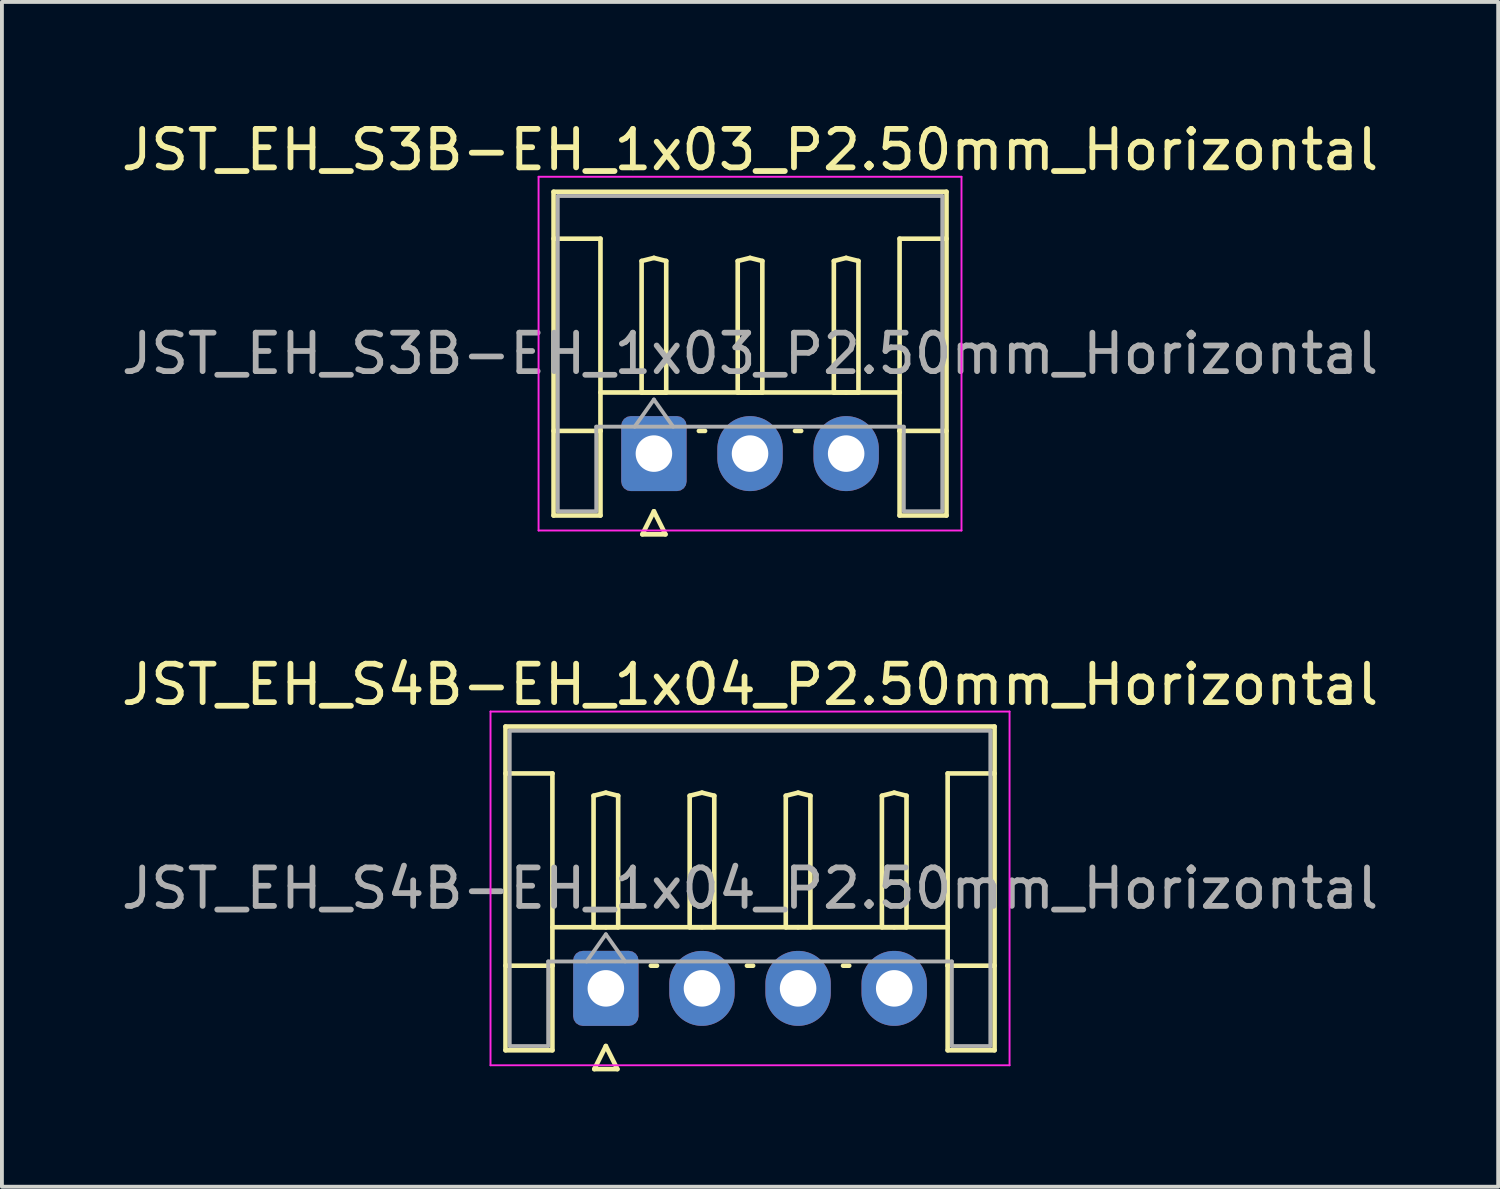
<source format=kicad_pcb>
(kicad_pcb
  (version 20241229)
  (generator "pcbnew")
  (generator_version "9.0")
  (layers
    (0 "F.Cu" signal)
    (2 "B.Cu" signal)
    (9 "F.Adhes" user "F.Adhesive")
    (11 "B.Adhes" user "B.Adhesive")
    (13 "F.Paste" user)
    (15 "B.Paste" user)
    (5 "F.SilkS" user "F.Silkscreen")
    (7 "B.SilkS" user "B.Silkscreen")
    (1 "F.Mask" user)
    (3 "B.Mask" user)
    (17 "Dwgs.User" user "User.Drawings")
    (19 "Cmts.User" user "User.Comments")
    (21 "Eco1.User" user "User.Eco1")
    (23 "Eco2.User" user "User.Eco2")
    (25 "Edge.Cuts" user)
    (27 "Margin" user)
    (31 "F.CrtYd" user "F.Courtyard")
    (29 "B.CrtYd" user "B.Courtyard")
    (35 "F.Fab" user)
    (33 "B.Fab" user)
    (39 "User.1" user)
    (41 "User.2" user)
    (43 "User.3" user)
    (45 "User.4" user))
  (footprint "JST_EH_S4B-EH_1x04_P2.50mm_Horizontal"
    (layer "F.Cu")
    (at 12.708 22.657)
    (property "Reference" "JST_EH_S4B-EH_1x04_P2.50mm_Horizontal" (at 3.75 -7.9 0) (layer "F.SilkS") (effects (font (size 1 1) (thickness 0.15))))
    (attr through_hole)
    (fp_line (start -2.61 -6.81) (end 10.11 -6.81) (stroke (width 0.12) (type solid)) (layer "F.SilkS"))
    (fp_line (start -2.61 -5.59) (end -1.39 -5.59) (stroke (width 0.12) (type solid)) (layer "F.SilkS"))
    (fp_line (start -2.61 1.61) (end -2.61 -6.81) (stroke (width 0.12) (type solid)) (layer "F.SilkS"))
    (fp_line (start -1.39 -5.59) (end -1.39 -0.59) (stroke (width 0.12) (type solid)) (layer "F.SilkS"))
    (fp_line (start -1.39 -1.59) (end 8.89 -1.59) (stroke (width 0.12) (type solid)) (layer "F.SilkS"))
    (fp_line (start -1.39 -0.59) (end -2.61 -0.59) (stroke (width 0.12) (type solid)) (layer "F.SilkS"))
    (fp_line (start -1.39 -0.59) (end -1.39 1.61) (stroke (width 0.12) (type solid)) (layer "F.SilkS"))
    (fp_line (start -1.39 1.61) (end -2.61 1.61) (stroke (width 0.12) (type solid)) (layer "F.SilkS"))
    (fp_line (start -0.32 -5.01) (end 0 -5.09) (stroke (width 0.12) (type solid)) (layer "F.SilkS"))
    (fp_line (start -0.32 -1.59) (end -0.32 -5.01) (stroke (width 0.12) (type solid)) (layer "F.SilkS"))
    (fp_line (start -0.3 2.1) (end 0.3 2.1) (stroke (width 0.12) (type solid)) (layer "F.SilkS"))
    (fp_line (start 0 -5.09) (end 0.32 -5.01) (stroke (width 0.12) (type solid)) (layer "F.SilkS"))
    (fp_line (start 0 -1.59) (end -0.32 -1.59) (stroke (width 0.12) (type solid)) (layer "F.SilkS"))
    (fp_line (start 0 1.5) (end -0.3 2.1) (stroke (width 0.12) (type solid)) (layer "F.SilkS"))
    (fp_line (start 0.3 2.1) (end 0 1.5) (stroke (width 0.12) (type solid)) (layer "F.SilkS"))
    (fp_line (start 0.32 -5.01) (end 0.32 -1.59) (stroke (width 0.12) (type solid)) (layer "F.SilkS"))
    (fp_line (start 0.32 -1.59) (end 0 -1.59) (stroke (width 0.12) (type solid)) (layer "F.SilkS"))
    (fp_line (start 1.17 -0.59) (end 1.33 -0.59) (stroke (width 0.12) (type solid)) (layer "F.SilkS"))
    (fp_line (start 2.18 -5.01) (end 2.5 -5.09) (stroke (width 0.12) (type solid)) (layer "F.SilkS"))
    (fp_line (start 2.18 -1.59) (end 2.18 -5.01) (stroke (width 0.12) (type solid)) (layer "F.SilkS"))
    (fp_line (start 2.5 -5.09) (end 2.82 -5.01) (stroke (width 0.12) (type solid)) (layer "F.SilkS"))
    (fp_line (start 2.5 -1.59) (end 2.18 -1.59) (stroke (width 0.12) (type solid)) (layer "F.SilkS"))
    (fp_line (start 2.82 -5.01) (end 2.82 -1.59) (stroke (width 0.12) (type solid)) (layer "F.SilkS"))
    (fp_line (start 2.82 -1.59) (end 2.5 -1.59) (stroke (width 0.12) (type solid)) (layer "F.SilkS"))
    (fp_line (start 3.67 -0.59) (end 3.83 -0.59) (stroke (width 0.12) (type solid)) (layer "F.SilkS"))
    (fp_line (start 4.68 -5.01) (end 5 -5.09) (stroke (width 0.12) (type solid)) (layer "F.SilkS"))
    (fp_line (start 4.68 -1.59) (end 4.68 -5.01) (stroke (width 0.12) (type solid)) (layer "F.SilkS"))
    (fp_line (start 5 -5.09) (end 5.32 -5.01) (stroke (width 0.12) (type solid)) (layer "F.SilkS"))
    (fp_line (start 5 -1.59) (end 4.68 -1.59) (stroke (width 0.12) (type solid)) (layer "F.SilkS"))
    (fp_line (start 5.32 -5.01) (end 5.32 -1.59) (stroke (width 0.12) (type solid)) (layer "F.SilkS"))
    (fp_line (start 5.32 -1.59) (end 5 -1.59) (stroke (width 0.12) (type solid)) (layer "F.SilkS"))
    (fp_line (start 6.17 -0.59) (end 6.33 -0.59) (stroke (width 0.12) (type solid)) (layer "F.SilkS"))
    (fp_line (start 7.18 -5.01) (end 7.5 -5.09) (stroke (width 0.12) (type solid)) (layer "F.SilkS"))
    (fp_line (start 7.18 -1.59) (end 7.18 -5.01) (stroke (width 0.12) (type solid)) (layer "F.SilkS"))
    (fp_line (start 7.5 -5.09) (end 7.82 -5.01) (stroke (width 0.12) (type solid)) (layer "F.SilkS"))
    (fp_line (start 7.5 -1.59) (end 7.18 -1.59) (stroke (width 0.12) (type solid)) (layer "F.SilkS"))
    (fp_line (start 7.82 -5.01) (end 7.82 -1.59) (stroke (width 0.12) (type solid)) (layer "F.SilkS"))
    (fp_line (start 7.82 -1.59) (end 7.5 -1.59) (stroke (width 0.12) (type solid)) (layer "F.SilkS"))
    (fp_line (start 8.89 -5.59) (end 8.89 -0.59) (stroke (width 0.12) (type solid)) (layer "F.SilkS"))
    (fp_line (start 8.89 -0.59) (end 10.11 -0.59) (stroke (width 0.12) (type solid)) (layer "F.SilkS"))
    (fp_line (start 8.89 1.61) (end 8.89 -0.59) (stroke (width 0.12) (type solid)) (layer "F.SilkS"))
    (fp_line (start 10.11 -6.81) (end 10.11 1.61) (stroke (width 0.12) (type solid)) (layer "F.SilkS"))
    (fp_line (start 10.11 -5.59) (end 8.89 -5.59) (stroke (width 0.12) (type solid)) (layer "F.SilkS"))
    (fp_line (start 10.11 1.61) (end 8.89 1.61) (stroke (width 0.12) (type solid)) (layer "F.SilkS"))
    (fp_line (start -3 -7.2) (end -3 2) (stroke (width 0.05) (type solid)) (layer "F.CrtYd"))
    (fp_line (start -3 2) (end 10.5 2) (stroke (width 0.05) (type solid)) (layer "F.CrtYd"))
    (fp_line (start 10.5 -7.2) (end -3 -7.2) (stroke (width 0.05) (type solid)) (layer "F.CrtYd"))
    (fp_line (start 10.5 2) (end 10.5 -7.2) (stroke (width 0.05) (type solid)) (layer "F.CrtYd"))
    (fp_line (start -2.5 -6.7) (end 10 -6.7) (stroke (width 0.1) (type solid)) (layer "F.Fab"))
    (fp_line (start -2.5 1.5) (end -2.5 -6.7) (stroke (width 0.1) (type solid)) (layer "F.Fab"))
    (fp_line (start -1.5 -0.7) (end -1.5 1.5) (stroke (width 0.1) (type solid)) (layer "F.Fab"))
    (fp_line (start -1.5 1.5) (end -2.5 1.5) (stroke (width 0.1) (type solid)) (layer "F.Fab"))
    (fp_line (start -0.5 -0.7) (end 0 -1.407) (stroke (width 0.1) (type solid)) (layer "F.Fab"))
    (fp_line (start 0 -1.407) (end 0.5 -0.7) (stroke (width 0.1) (type solid)) (layer "F.Fab"))
    (fp_line (start 9 -0.7) (end -1.5 -0.7) (stroke (width 0.1) (type solid)) (layer "F.Fab"))
    (fp_line (start 9 1.5) (end 9 -0.7) (stroke (width 0.1) (type solid)) (layer "F.Fab"))
    (fp_line (start 10 -6.7) (end 10 1.5) (stroke (width 0.1) (type solid)) (layer "F.Fab"))
    (fp_line (start 10 1.5) (end 9 1.5) (stroke (width 0.1) (type solid)) (layer "F.Fab"))
    (fp_text user "${REFERENCE}" (at 3.75 -2.6 0) (layer "F.Fab") (effects (font (size 1 1) (thickness 0.15))))
    (pad "1" thru_hole roundrect (at 0 0) (size 1.7 1.95) (drill 0.95) (layers "*.Cu" "*.Mask") (roundrect_rratio 0.147))
    (pad "2" thru_hole oval (at 2.5 0) (size 1.7 1.95) (drill 0.95) (layers "*.Cu" "*.Mask"))
    (pad "3" thru_hole oval (at 5 0) (size 1.7 1.95) (drill 0.95) (layers "*.Cu" "*.Mask"))
    (pad "4" thru_hole oval (at 7.5 0) (size 1.7 1.95) (drill 0.95) (layers "*.Cu" "*.Mask")))
  (footprint "JST_EH_S3B-EH_1x03_P2.50mm_Horizontal"
    (layer "F.Cu")
    (at 13.958 8.748)
    (property "Reference" "JST_EH_S3B-EH_1x03_P2.50mm_Horizontal" (at 2.5 -7.9 0) (layer "F.SilkS") (effects (font (size 1 1) (thickness 0.15))))
    (attr through_hole)
    (fp_line (start -2.61 -6.81) (end 7.61 -6.81) (stroke (width 0.12) (type solid)) (layer "F.SilkS"))
    (fp_line (start -2.61 -5.59) (end -1.39 -5.59) (stroke (width 0.12) (type solid)) (layer "F.SilkS"))
    (fp_line (start -2.61 1.61) (end -2.61 -6.81) (stroke (width 0.12) (type solid)) (layer "F.SilkS"))
    (fp_line (start -1.39 -5.59) (end -1.39 -0.59) (stroke (width 0.12) (type solid)) (layer "F.SilkS"))
    (fp_line (start -1.39 -1.59) (end 6.39 -1.59) (stroke (width 0.12) (type solid)) (layer "F.SilkS"))
    (fp_line (start -1.39 -0.59) (end -2.61 -0.59) (stroke (width 0.12) (type solid)) (layer "F.SilkS"))
    (fp_line (start -1.39 -0.59) (end -1.39 1.61) (stroke (width 0.12) (type solid)) (layer "F.SilkS"))
    (fp_line (start -1.39 1.61) (end -2.61 1.61) (stroke (width 0.12) (type solid)) (layer "F.SilkS"))
    (fp_line (start -0.32 -5.01) (end 0 -5.09) (stroke (width 0.12) (type solid)) (layer "F.SilkS"))
    (fp_line (start -0.32 -1.59) (end -0.32 -5.01) (stroke (width 0.12) (type solid)) (layer "F.SilkS"))
    (fp_line (start -0.3 2.1) (end 0.3 2.1) (stroke (width 0.12) (type solid)) (layer "F.SilkS"))
    (fp_line (start 0 -5.09) (end 0.32 -5.01) (stroke (width 0.12) (type solid)) (layer "F.SilkS"))
    (fp_line (start 0 -1.59) (end -0.32 -1.59) (stroke (width 0.12) (type solid)) (layer "F.SilkS"))
    (fp_line (start 0 1.5) (end -0.3 2.1) (stroke (width 0.12) (type solid)) (layer "F.SilkS"))
    (fp_line (start 0.3 2.1) (end 0 1.5) (stroke (width 0.12) (type solid)) (layer "F.SilkS"))
    (fp_line (start 0.32 -5.01) (end 0.32 -1.59) (stroke (width 0.12) (type solid)) (layer "F.SilkS"))
    (fp_line (start 0.32 -1.59) (end 0 -1.59) (stroke (width 0.12) (type solid)) (layer "F.SilkS"))
    (fp_line (start 1.17 -0.59) (end 1.33 -0.59) (stroke (width 0.12) (type solid)) (layer "F.SilkS"))
    (fp_line (start 2.18 -5.01) (end 2.5 -5.09) (stroke (width 0.12) (type solid)) (layer "F.SilkS"))
    (fp_line (start 2.18 -1.59) (end 2.18 -5.01) (stroke (width 0.12) (type solid)) (layer "F.SilkS"))
    (fp_line (start 2.5 -5.09) (end 2.82 -5.01) (stroke (width 0.12) (type solid)) (layer "F.SilkS"))
    (fp_line (start 2.5 -1.59) (end 2.18 -1.59) (stroke (width 0.12) (type solid)) (layer "F.SilkS"))
    (fp_line (start 2.82 -5.01) (end 2.82 -1.59) (stroke (width 0.12) (type solid)) (layer "F.SilkS"))
    (fp_line (start 2.82 -1.59) (end 2.5 -1.59) (stroke (width 0.12) (type solid)) (layer "F.SilkS"))
    (fp_line (start 3.67 -0.59) (end 3.83 -0.59) (stroke (width 0.12) (type solid)) (layer "F.SilkS"))
    (fp_line (start 4.68 -5.01) (end 5 -5.09) (stroke (width 0.12) (type solid)) (layer "F.SilkS"))
    (fp_line (start 4.68 -1.59) (end 4.68 -5.01) (stroke (width 0.12) (type solid)) (layer "F.SilkS"))
    (fp_line (start 5 -5.09) (end 5.32 -5.01) (stroke (width 0.12) (type solid)) (layer "F.SilkS"))
    (fp_line (start 5 -1.59) (end 4.68 -1.59) (stroke (width 0.12) (type solid)) (layer "F.SilkS"))
    (fp_line (start 5.32 -5.01) (end 5.32 -1.59) (stroke (width 0.12) (type solid)) (layer "F.SilkS"))
    (fp_line (start 5.32 -1.59) (end 5 -1.59) (stroke (width 0.12) (type solid)) (layer "F.SilkS"))
    (fp_line (start 6.39 -5.59) (end 6.39 -0.59) (stroke (width 0.12) (type solid)) (layer "F.SilkS"))
    (fp_line (start 6.39 -0.59) (end 7.61 -0.59) (stroke (width 0.12) (type solid)) (layer "F.SilkS"))
    (fp_line (start 6.39 1.61) (end 6.39 -0.59) (stroke (width 0.12) (type solid)) (layer "F.SilkS"))
    (fp_line (start 7.61 -6.81) (end 7.61 1.61) (stroke (width 0.12) (type solid)) (layer "F.SilkS"))
    (fp_line (start 7.61 -5.59) (end 6.39 -5.59) (stroke (width 0.12) (type solid)) (layer "F.SilkS"))
    (fp_line (start 7.61 1.61) (end 6.39 1.61) (stroke (width 0.12) (type solid)) (layer "F.SilkS"))
    (fp_line (start -3 -7.2) (end -3 2) (stroke (width 0.05) (type solid)) (layer "F.CrtYd"))
    (fp_line (start -3 2) (end 8 2) (stroke (width 0.05) (type solid)) (layer "F.CrtYd"))
    (fp_line (start 8 -7.2) (end -3 -7.2) (stroke (width 0.05) (type solid)) (layer "F.CrtYd"))
    (fp_line (start 8 2) (end 8 -7.2) (stroke (width 0.05) (type solid)) (layer "F.CrtYd"))
    (fp_line (start -2.5 -6.7) (end 7.5 -6.7) (stroke (width 0.1) (type solid)) (layer "F.Fab"))
    (fp_line (start -2.5 1.5) (end -2.5 -6.7) (stroke (width 0.1) (type solid)) (layer "F.Fab"))
    (fp_line (start -1.5 -0.7) (end -1.5 1.5) (stroke (width 0.1) (type solid)) (layer "F.Fab"))
    (fp_line (start -1.5 1.5) (end -2.5 1.5) (stroke (width 0.1) (type solid)) (layer "F.Fab"))
    (fp_line (start -0.5 -0.7) (end 0 -1.407) (stroke (width 0.1) (type solid)) (layer "F.Fab"))
    (fp_line (start 0 -1.407) (end 0.5 -0.7) (stroke (width 0.1) (type solid)) (layer "F.Fab"))
    (fp_line (start 6.5 -0.7) (end -1.5 -0.7) (stroke (width 0.1) (type solid)) (layer "F.Fab"))
    (fp_line (start 6.5 1.5) (end 6.5 -0.7) (stroke (width 0.1) (type solid)) (layer "F.Fab"))
    (fp_line (start 7.5 -6.7) (end 7.5 1.5) (stroke (width 0.1) (type solid)) (layer "F.Fab"))
    (fp_line (start 7.5 1.5) (end 6.5 1.5) (stroke (width 0.1) (type solid)) (layer "F.Fab"))
    (fp_text user "${REFERENCE}" (at 2.5 -2.6 0) (layer "F.Fab") (effects (font (size 1 1) (thickness 0.15))))
    (pad "1" thru_hole roundrect (at 0 0) (size 1.7 1.95) (drill 0.95) (layers "*.Cu" "*.Mask") (roundrect_rratio 0.147))
    (pad "2" thru_hole oval (at 2.5 0) (size 1.7 1.95) (drill 0.95) (layers "*.Cu" "*.Mask"))
    (pad "3" thru_hole oval (at 5 0) (size 1.7 1.95) (drill 0.95) (layers "*.Cu" "*.Mask")))
  (gr_rect
    (start -3 -3)
    (end 35.917 27.817)
    (stroke (width 0.1) (type default))
    (fill no)
    (layer "Edge.Cuts")))
</source>
